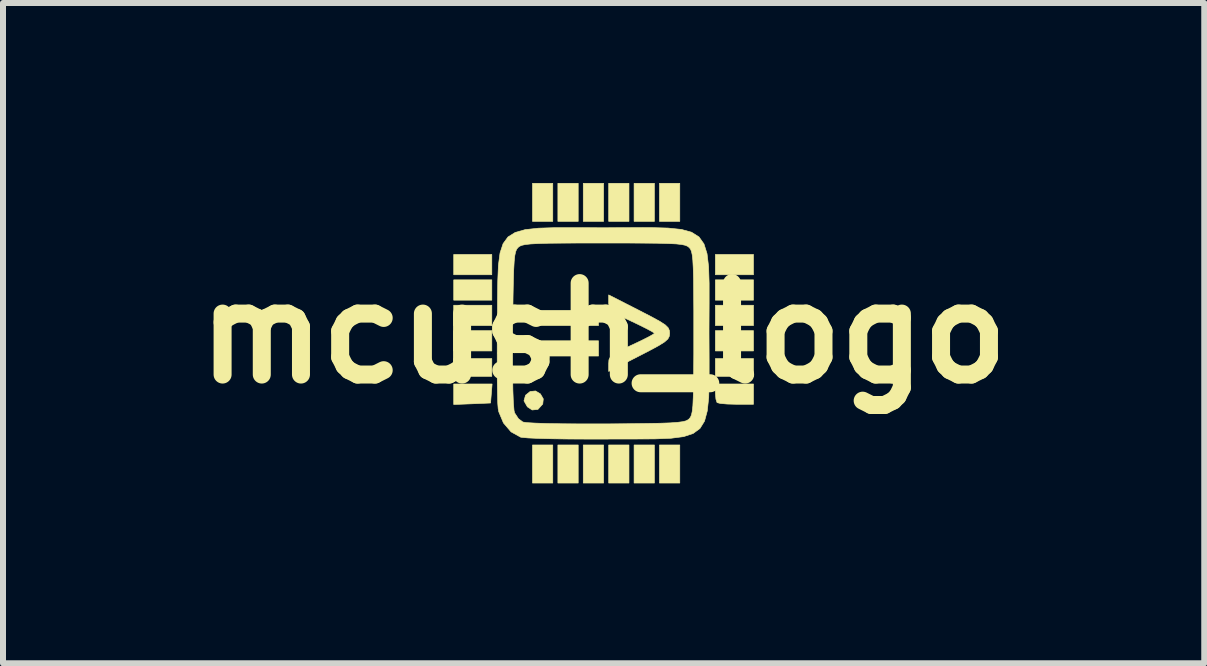
<source format=kicad_pcb>
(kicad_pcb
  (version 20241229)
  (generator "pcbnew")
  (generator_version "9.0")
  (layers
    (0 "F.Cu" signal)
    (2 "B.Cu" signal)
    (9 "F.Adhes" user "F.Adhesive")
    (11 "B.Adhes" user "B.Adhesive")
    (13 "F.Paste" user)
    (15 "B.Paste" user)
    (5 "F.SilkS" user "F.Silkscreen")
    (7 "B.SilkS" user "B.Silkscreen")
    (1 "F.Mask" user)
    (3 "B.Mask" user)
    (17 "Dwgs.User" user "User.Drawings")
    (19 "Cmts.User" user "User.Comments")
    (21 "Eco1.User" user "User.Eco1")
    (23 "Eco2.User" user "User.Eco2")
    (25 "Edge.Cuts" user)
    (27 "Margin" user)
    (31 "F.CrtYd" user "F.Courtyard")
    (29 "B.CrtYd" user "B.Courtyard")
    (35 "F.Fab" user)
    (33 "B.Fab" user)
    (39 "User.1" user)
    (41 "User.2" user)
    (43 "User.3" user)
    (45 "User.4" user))
  (footprint "mcush_logo"
    (layer "F.Cu")
    (at 7.01 2.503)
    (property "Reference" "mcush_logo" (at 0 0 0) (layer "F.SilkS") (effects (font (size 1.524 1.524) (thickness 0.3))))
    (attr through_hole)
    (fp_poly (pts (xy -1.863 -0.974) (xy -2.498 -0.974) (xy -2.498 -1.312) (xy -1.863 -1.312) (xy -1.863 -0.974)) (stroke (width 0.01) (type solid)) (fill yes) (layer "F.SilkS"))
    (fp_poly (pts (xy -1.863 -0.55) (xy -2.498 -0.55) (xy -2.498 -0.889) (xy -1.863 -0.889) (xy -1.863 -0.55)) (stroke (width 0.01) (type solid)) (fill yes) (layer "F.SilkS"))
    (fp_poly (pts (xy -1.863 -0.127) (xy -2.498 -0.127) (xy -2.498 -0.466) (xy -1.863 -0.466) (xy -1.863 -0.127)) (stroke (width 0.01) (type solid)) (fill yes) (layer "F.SilkS"))
    (fp_poly (pts (xy -1.863 0.296) (xy -2.498 0.296) (xy -2.498 -0.042) (xy -1.863 -0.042) (xy -1.863 0.296)) (stroke (width 0.01) (type solid)) (fill yes) (layer "F.SilkS"))
    (fp_poly (pts (xy -1.863 0.72) (xy -2.498 0.72) (xy -2.498 0.423) (xy -1.863 0.423) (xy -1.863 0.72)) (stroke (width 0.01) (type solid)) (fill yes) (layer "F.SilkS"))
    (fp_poly (pts (xy -0.847 -1.863) (xy -1.185 -1.863) (xy -1.185 -2.498) (xy -0.847 -2.498) (xy -0.847 -1.863)) (stroke (width 0.01) (type solid)) (fill yes) (layer "F.SilkS"))
    (fp_poly (pts (xy -0.847 2.498) (xy -1.185 2.498) (xy -1.185 1.863) (xy -0.847 1.863) (xy -0.847 2.498)) (stroke (width 0.01) (type solid)) (fill yes) (layer "F.SilkS"))
    (fp_poly (pts (xy -0.423 -1.863) (xy -0.762 -1.863) (xy -0.762 -2.498) (xy -0.423 -2.498) (xy -0.423 -1.863)) (stroke (width 0.01) (type solid)) (fill yes) (layer "F.SilkS"))
    (fp_poly (pts (xy -0.423 2.498) (xy -0.762 2.498) (xy -0.762 1.863) (xy -0.423 1.863) (xy -0.423 2.498)) (stroke (width 0.01) (type solid)) (fill yes) (layer "F.SilkS"))
    (fp_poly (pts (xy -0.085 -0.127) (xy -1.101 -0.127) (xy -1.101 -0.381) (xy -0.085 -0.381) (xy -0.085 -0.127)) (stroke (width 0.01) (type solid)) (fill yes) (layer "F.SilkS"))
    (fp_poly (pts (xy -0.085 0.381) (xy -1.101 0.381) (xy -1.101 0.127) (xy -0.085 0.127) (xy -0.085 0.381)) (stroke (width 0.01) (type solid)) (fill yes) (layer "F.SilkS"))
    (fp_poly (pts (xy 0 -1.863) (xy -0.339 -1.863) (xy -0.339 -2.498) (xy 0 -2.498) (xy 0 -1.863)) (stroke (width 0.01) (type solid)) (fill yes) (layer "F.SilkS"))
    (fp_poly (pts (xy 0 2.498) (xy -0.339 2.498) (xy -0.339 1.863) (xy 0 1.863) (xy 0 2.498)) (stroke (width 0.01) (type solid)) (fill yes) (layer "F.SilkS"))
    (fp_poly (pts (xy 0.423 -1.863) (xy 0.085 -1.863) (xy 0.085 -2.498) (xy 0.423 -2.498) (xy 0.423 -1.863)) (stroke (width 0.01) (type solid)) (fill yes) (layer "F.SilkS"))
    (fp_poly (pts (xy 0.423 2.498) (xy 0.085 2.498) (xy 0.085 1.863) (xy 0.423 1.863) (xy 0.423 2.498)) (stroke (width 0.01) (type solid)) (fill yes) (layer "F.SilkS"))
    (fp_poly (pts (xy 0.847 -1.863) (xy 0.508 -1.863) (xy 0.508 -2.498) (xy 0.847 -2.498) (xy 0.847 -1.863)) (stroke (width 0.01) (type solid)) (fill yes) (layer "F.SilkS"))
    (fp_poly (pts (xy 0.847 2.498) (xy 0.508 2.498) (xy 0.508 1.863) (xy 0.847 1.863) (xy 0.847 2.498)) (stroke (width 0.01) (type solid)) (fill yes) (layer "F.SilkS"))
    (fp_poly (pts (xy 1.27 -1.863) (xy 0.931 -1.863) (xy 0.931 -2.498) (xy 1.27 -2.498) (xy 1.27 -1.863)) (stroke (width 0.01) (type solid)) (fill yes) (layer "F.SilkS"))
    (fp_poly (pts (xy 1.27 2.498) (xy 0.931 2.498) (xy 0.931 1.863) (xy 1.27 1.863) (xy 1.27 2.498)) (stroke (width 0.01) (type solid)) (fill yes) (layer "F.SilkS"))
    (fp_poly (pts (xy 2.498 -0.974) (xy 1.863 -0.974) (xy 1.863 -1.312) (xy 2.498 -1.312) (xy 2.498 -0.974)) (stroke (width 0.01) (type solid)) (fill yes) (layer "F.SilkS"))
    (fp_poly (pts (xy 2.498 -0.55) (xy 1.863 -0.55) (xy 1.863 -0.889) (xy 2.498 -0.889) (xy 2.498 -0.55)) (stroke (width 0.01) (type solid)) (fill yes) (layer "F.SilkS"))
    (fp_poly (pts (xy 2.498 -0.127) (xy 1.863 -0.127) (xy 1.863 -0.466) (xy 2.498 -0.466) (xy 2.498 -0.127)) (stroke (width 0.01) (type solid)) (fill yes) (layer "F.SilkS"))
    (fp_poly (pts (xy 2.498 0.296) (xy 1.863 0.296) (xy 1.863 -0.042) (xy 2.498 -0.042) (xy 2.498 0.296)) (stroke (width 0.01) (type solid)) (fill yes) (layer "F.SilkS"))
    (fp_poly (pts (xy 2.498 0.72) (xy 1.863 0.72) (xy 1.863 0.423) (xy 2.498 0.423) (xy 2.498 0.72)) (stroke (width 0.01) (type solid)) (fill yes) (layer "F.SilkS"))
    (fp_poly (pts (xy -1.871 1.005) (xy -1.884 1.164) (xy -2.191 1.177) (xy -2.498 1.189) (xy -2.498 0.847) (xy -1.858 0.847) (xy -1.871 1.005)) (stroke (width 0.01) (type solid)) (fill yes) (layer "F.SilkS"))
    (fp_poly (pts (xy -1.053 1.012) (xy -1.005 1.095) (xy -1.014 1.181) (xy -1.095 1.271) (xy -1.191 1.28) (xy -1.27 1.228) (xy -1.327 1.128) (xy -1.301 1.034) (xy -1.224 0.972) (xy -1.134 0.963) (xy -1.053 1.012)) (stroke (width 0.01) (type solid)) (fill yes) (layer "F.SilkS"))
    (fp_poly (pts (xy 2.498 1.185) (xy 2.208 1.185) (xy 2.059 1.181) (xy 1.945 1.171) (xy 1.891 1.157) (xy 1.891 1.157) (xy 1.872 1.099) (xy 1.863 0.996) (xy 1.863 0.988) (xy 1.863 0.847) (xy 2.498 0.847) (xy 2.498 1.185)) (stroke (width 0.01) (type solid)) (fill yes) (layer "F.SilkS"))
    (fp_poly (pts (xy 0.593 -0.379) (xy 0.798 -0.273) (xy 0.94 -0.195) (xy 1.029 -0.137) (xy 1.077 -0.089) (xy 1.097 -0.043) (xy 1.101 0) (xy 1.095 0.051) (xy 1.071 0.097) (xy 1.016 0.146) (xy 0.919 0.207) (xy 0.767 0.289) (xy 0.593 0.379) (xy 0.085 0.638) (xy 0.085 0.506) (xy 0.089 0.444) (xy 0.113 0.395) (xy 0.169 0.347) (xy 0.273 0.291) (xy 0.438 0.213) (xy 0.466 0.2) (xy 0.627 0.124) (xy 0.754 0.06) (xy 0.831 0.016) (xy 0.847 0.002) (xy 0.811 -0.025) (xy 0.714 -0.077) (xy 0.573 -0.147) (xy 0.466 -0.198) (xy 0.291 -0.28) (xy 0.18 -0.34) (xy 0.118 -0.388) (xy 0.091 -0.436) (xy 0.085 -0.496) (xy 0.085 -0.506) (xy 0.085 -0.638) (xy 0.593 -0.379)) (stroke (width 0.01) (type solid)) (fill yes) (layer "F.SilkS"))
    (fp_poly (pts (xy 1.074 -1.752) (xy 1.298 -1.729) (xy 1.467 -1.682) (xy 1.59 -1.604) (xy 1.673 -1.487) (xy 1.724 -1.325) (xy 1.75 -1.109) (xy 1.759 -0.832) (xy 1.759 -0.487) (xy 1.757 -0.066) (xy 1.757 0) (xy 1.759 0.432) (xy 1.759 0.787) (xy 1.752 1.073) (xy 1.728 1.296) (xy 1.682 1.466) (xy 1.606 1.588) (xy 1.492 1.672) (xy 1.334 1.724) (xy 1.125 1.751) (xy 0.856 1.762) (xy 0.521 1.764) (xy 0.113 1.764) (xy 0.065 1.765) (xy -0.269 1.765) (xy -0.58 1.764) (xy -0.857 1.76) (xy -1.087 1.754) (xy -1.26 1.746) (xy -1.364 1.736) (xy -1.383 1.733) (xy -1.542 1.645) (xy -1.669 1.496) (xy -1.747 1.31) (xy -1.757 1.259) (xy -1.764 1.171) (xy -1.768 1.011) (xy -1.772 0.791) (xy -1.773 0.524) (xy -1.773 0.331) (xy -1.517 0.331) (xy -1.516 0.673) (xy -1.512 0.949) (xy -1.504 1.156) (xy -1.493 1.286) (xy -1.484 1.327) (xy -1.419 1.426) (xy -1.345 1.481) (xy -1.279 1.491) (xy -1.138 1.499) (xy -0.935 1.506) (xy -0.679 1.51) (xy -0.381 1.512) (xy -0.052 1.512) (xy 0.051 1.512) (xy 0.42 1.509) (xy 0.714 1.505) (xy 0.941 1.501) (xy 1.111 1.495) (xy 1.234 1.486) (xy 1.319 1.475) (xy 1.374 1.461) (xy 1.41 1.442) (xy 1.427 1.427) (xy 1.448 1.401) (xy 1.465 1.361) (xy 1.478 1.3) (xy 1.488 1.208) (xy 1.494 1.076) (xy 1.499 0.895) (xy 1.501 0.656) (xy 1.503 0.35) (xy 1.503 0) (xy 1.503 -0.376) (xy 1.501 -0.677) (xy 1.499 -0.911) (xy 1.494 -1.088) (xy 1.487 -1.217) (xy 1.477 -1.306) (xy 1.464 -1.365) (xy 1.447 -1.403) (xy 1.427 -1.427) (xy 1.401 -1.448) (xy 1.361 -1.465) (xy 1.3 -1.478) (xy 1.209 -1.488) (xy 1.077 -1.494) (xy 0.896 -1.499) (xy 0.657 -1.501) (xy 0.351 -1.503) (xy 0 -1.503) (xy -0.376 -1.503) (xy -0.677 -1.501) (xy -0.911 -1.499) (xy -1.088 -1.494) (xy -1.217 -1.487) (xy -1.306 -1.477) (xy -1.365 -1.464) (xy -1.403 -1.447) (xy -1.427 -1.427) (xy -1.449 -1.399) (xy -1.466 -1.358) (xy -1.48 -1.293) (xy -1.49 -1.196) (xy -1.498 -1.056) (xy -1.504 -0.866) (xy -1.509 -0.615) (xy -1.513 -0.294) (xy -1.515 -0.069) (xy -1.517 0.331) (xy -1.773 0.331) (xy -1.773 0.224) (xy -1.771 -0.098) (xy -1.77 -0.15) (xy -1.768 -0.546) (xy -1.764 -0.871) (xy -1.753 -1.132) (xy -1.726 -1.337) (xy -1.675 -1.492) (xy -1.593 -1.604) (xy -1.473 -1.679) (xy -1.306 -1.726) (xy -1.086 -1.75) (xy -0.804 -1.759) (xy -0.454 -1.759) (xy -0.027 -1.757) (xy 0 -1.757) (xy 0.432 -1.759) (xy 0.788 -1.76) (xy 1.074 -1.752)) (stroke (width 0.01) (type solid)) (fill yes) (layer "F.SilkS")))
  (gr_rect
    (start -3 -3)
    (end 17.021 8.005)
    (stroke (width 0.1) (type default))
    (fill no)
    (layer "Edge.Cuts")))
</source>
